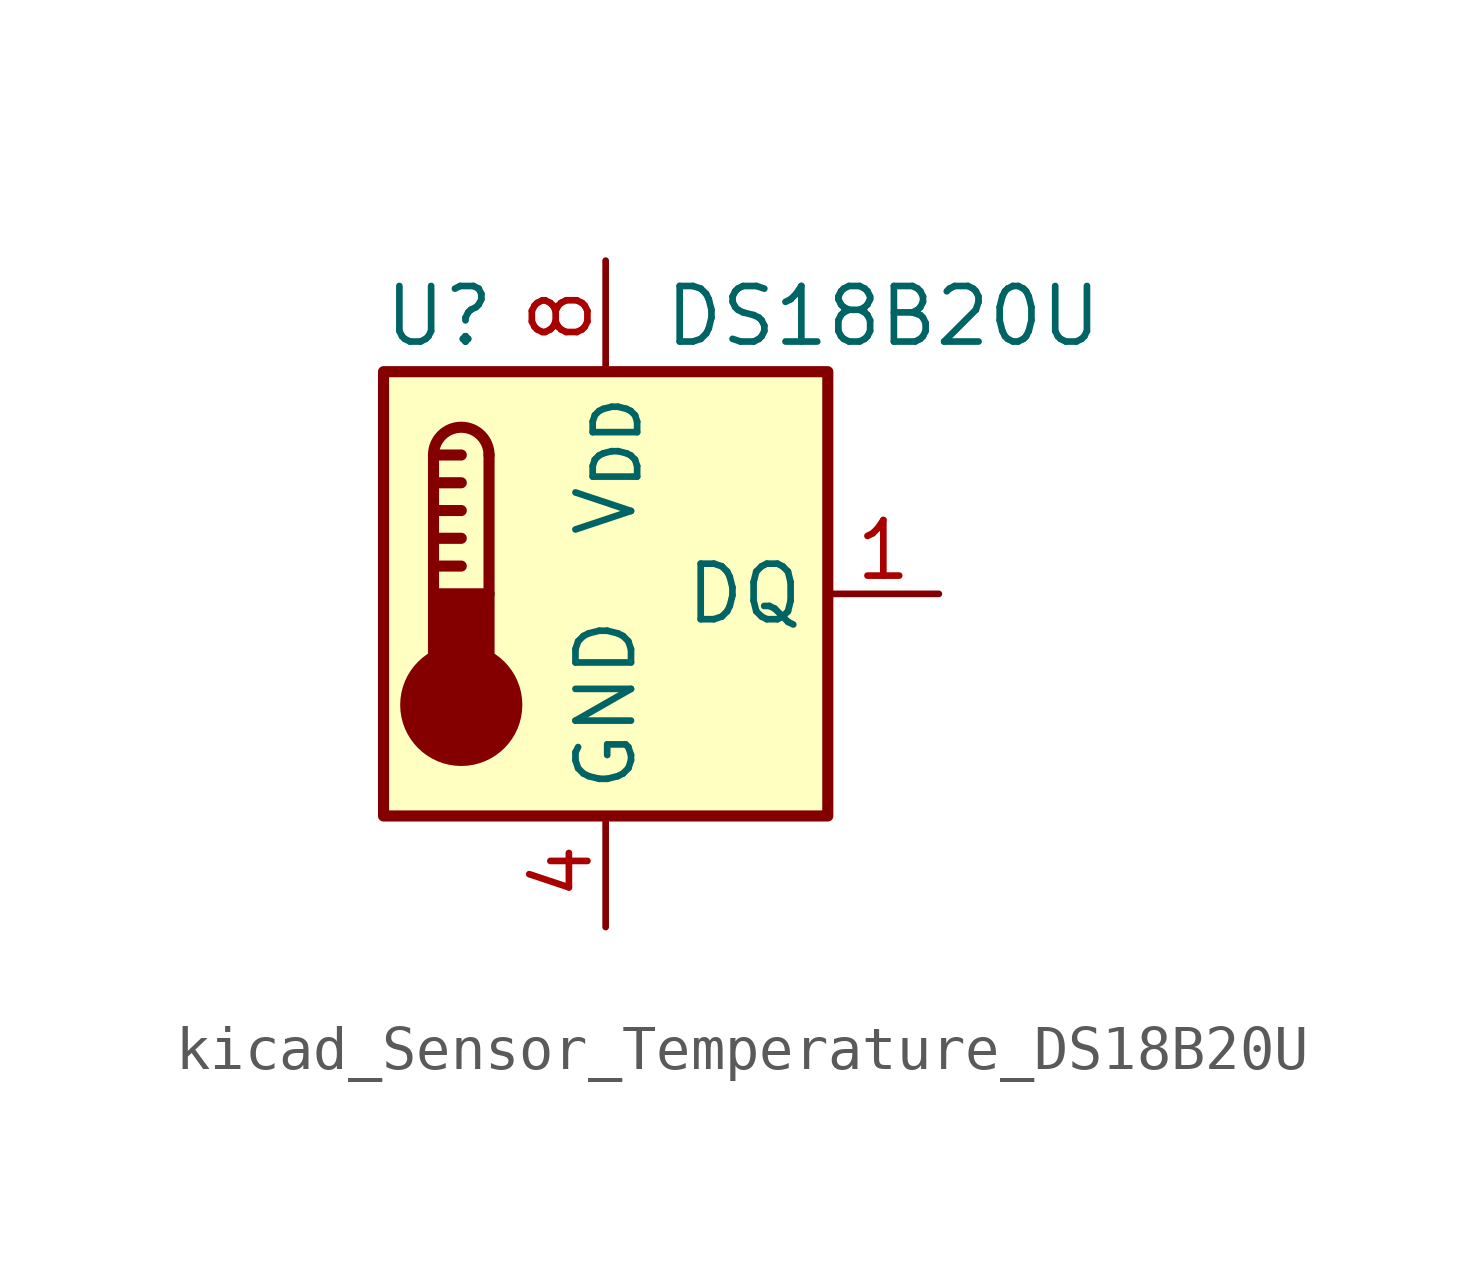
<source format=kicad_sym>
(kicad_symbol_lib
  (version 20220914)
  (generator kicad_symbol_editor)
  (symbol "kicad_Sensor_Temperature_DS18B20U"
    (property "Reference" "U"
      (at -3.81 6.35 0)
      (effects (font (size 1.27 1.27))))
    (property "Value" "DS18B20U"
      (at 6.35 6.35 0)
      (effects (font (size 1.27 1.27))))
    (symbol "kicad_Sensor_Temperature_DS18B20U_0_1"
      (rectangle (start -5.08 5.08) (end 5.08 -5.08) (stroke (width 0.254) (type default)) (fill (type background)))
      (circle (center -3.302 -2.54) (radius 1.27) (stroke (width 0.254) (type default)) (fill (type outline)))
      (rectangle (start -2.667 -1.905) (end -3.937 0) (stroke (width 0.254) (type default)) (fill (type outline)))
      (arc (start -2.667 3.175) (mid -3.302 3.8073) (end -3.937 3.175) (stroke (width 0.254) (type default)) (fill (type none)))
      (polyline (pts (xy -3.937 0.635) (xy -3.302 0.635)) (stroke (width 0.254) (type default)) (fill (type none)))
      (polyline (pts (xy -3.937 1.27) (xy -3.302 1.27)) (stroke (width 0.254) (type default)) (fill (type none)))
      (polyline (pts (xy -3.937 1.905) (xy -3.302 1.905)) (stroke (width 0.254) (type default)) (fill (type none)))
      (polyline (pts (xy -3.937 2.54) (xy -3.302 2.54)) (stroke (width 0.254) (type default)) (fill (type none)))
      (polyline (pts (xy -3.937 3.175) (xy -3.937 0)) (stroke (width 0.254) (type default)) (fill (type none)))
      (polyline (pts (xy -3.937 3.175) (xy -3.302 3.175)) (stroke (width 0.254) (type default)) (fill (type none)))
      (polyline (pts (xy -2.667 3.175) (xy -2.667 0)) (stroke (width 0.254) (type default)) (fill (type none))))
    (symbol "kicad_Sensor_Temperature_DS18B20U_1_1"
      (pin bidirectional line (at 7.62 0 180) (length 2.54) (name "DQ" (effects (font (size 1.27 1.27)))) (number "1" (effects (font (size 1.27 1.27)))))
      (pin no_connect line (at -5.08 2.54 0) (length 2.54) hide (name "NC" (effects (font (size 1.27 1.27)))) (number "2" (effects (font (size 1.27 1.27)))))
      (pin no_connect line (at -5.08 0 0) (length 2.54) hide (name "NC" (effects (font (size 1.27 1.27)))) (number "3" (effects (font (size 1.27 1.27)))))
      (pin power_in line (at 0 -7.62 90) (length 2.54) (name "GND" (effects (font (size 1.27 1.27)))) (number "4" (effects (font (size 1.27 1.27)))))
      (pin no_connect line (at -5.08 -2.54 0) (length 2.54) hide (name "NC" (effects (font (size 1.27 1.27)))) (number "5" (effects (font (size 1.27 1.27)))))
      (pin no_connect line (at 5.08 2.54 180) (length 2.54) hide (name "NC" (effects (font (size 1.27 1.27)))) (number "6" (effects (font (size 1.27 1.27)))))
      (pin no_connect line (at 5.08 -2.54 180) (length 2.54) hide (name "NC" (effects (font (size 1.27 1.27)))) (number "7" (effects (font (size 1.27 1.27)))))
      (pin power_in line (at 0 7.62 270) (length 2.54) (name "V_{DD}" (effects (font (size 1.27 1.27)))) (number "8" (effects (font (size 1.27 1.27))))))))
</source>
